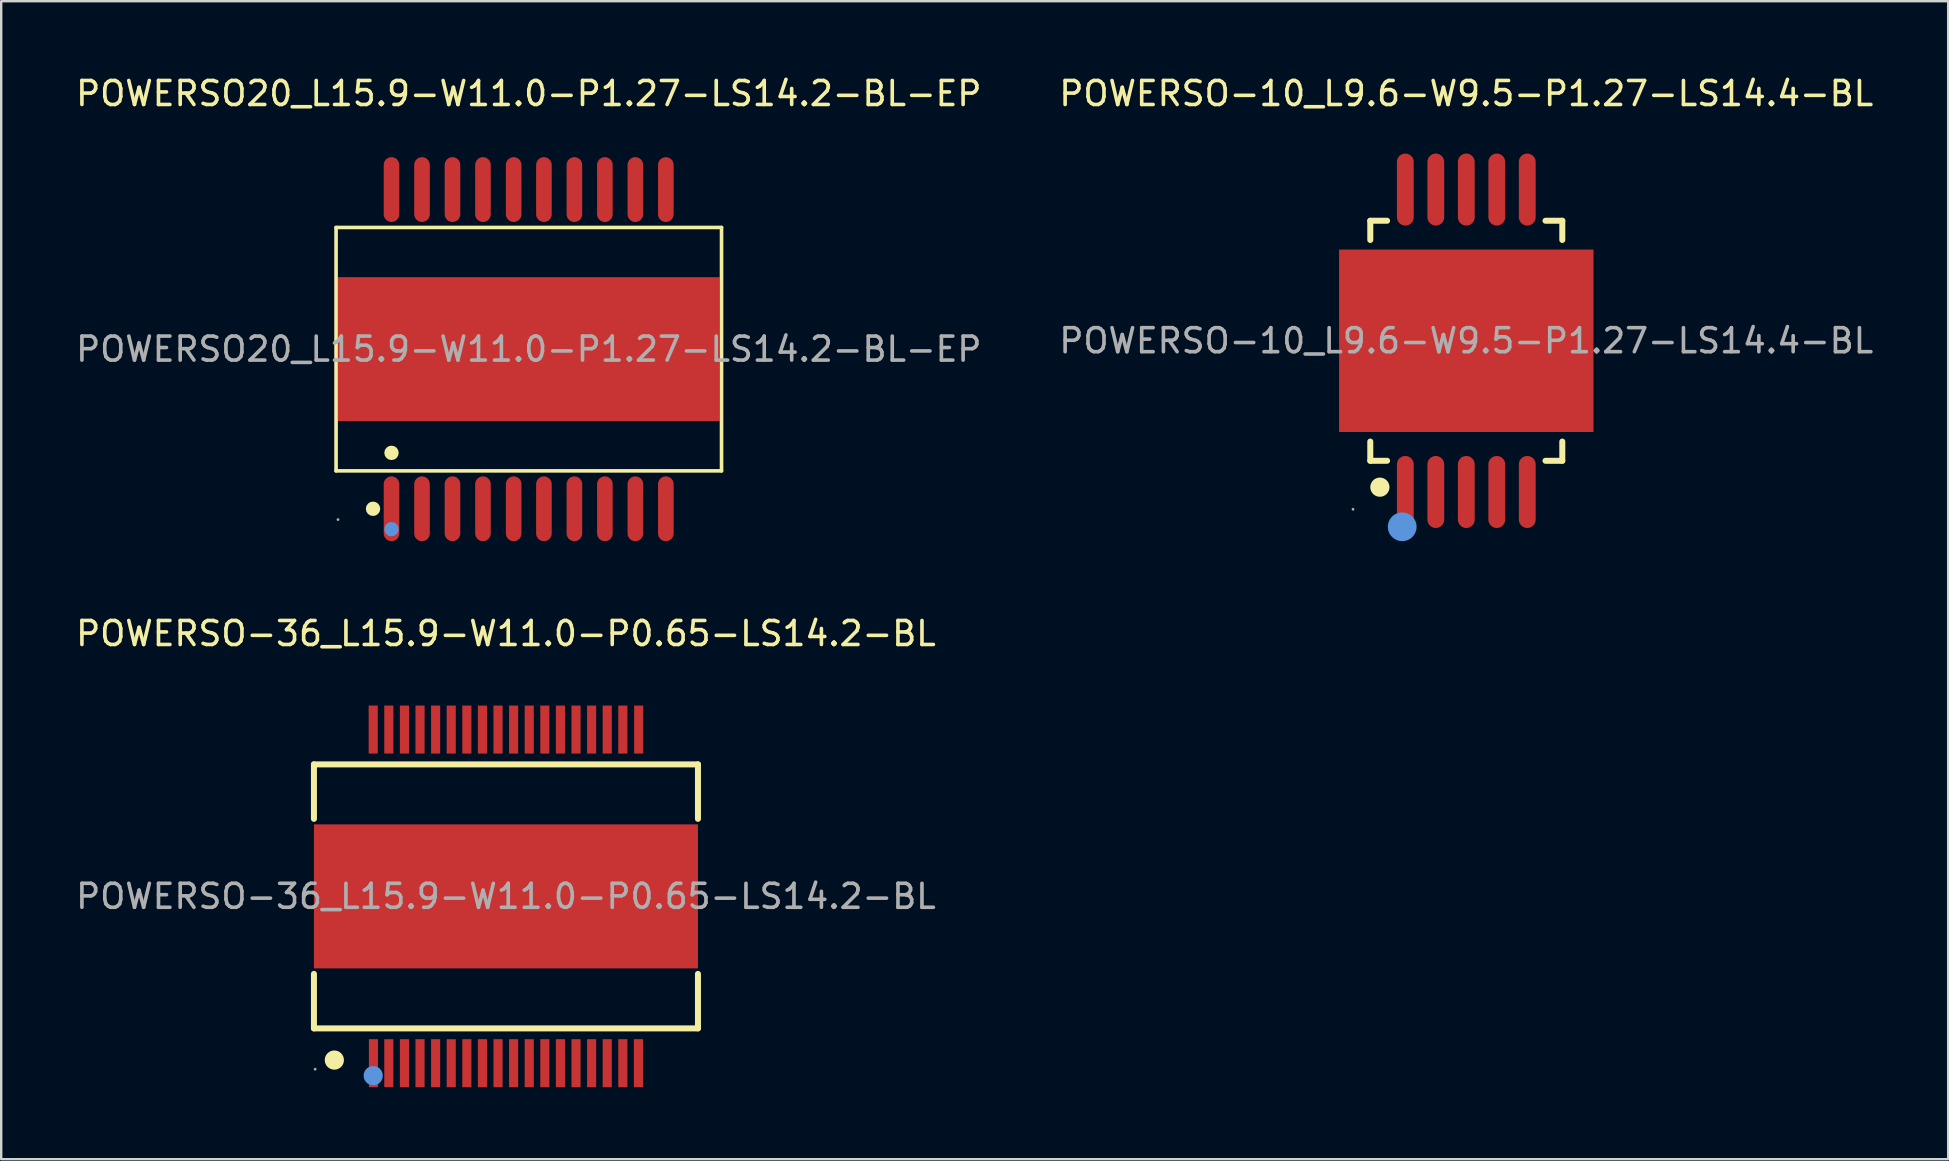
<source format=kicad_pcb>
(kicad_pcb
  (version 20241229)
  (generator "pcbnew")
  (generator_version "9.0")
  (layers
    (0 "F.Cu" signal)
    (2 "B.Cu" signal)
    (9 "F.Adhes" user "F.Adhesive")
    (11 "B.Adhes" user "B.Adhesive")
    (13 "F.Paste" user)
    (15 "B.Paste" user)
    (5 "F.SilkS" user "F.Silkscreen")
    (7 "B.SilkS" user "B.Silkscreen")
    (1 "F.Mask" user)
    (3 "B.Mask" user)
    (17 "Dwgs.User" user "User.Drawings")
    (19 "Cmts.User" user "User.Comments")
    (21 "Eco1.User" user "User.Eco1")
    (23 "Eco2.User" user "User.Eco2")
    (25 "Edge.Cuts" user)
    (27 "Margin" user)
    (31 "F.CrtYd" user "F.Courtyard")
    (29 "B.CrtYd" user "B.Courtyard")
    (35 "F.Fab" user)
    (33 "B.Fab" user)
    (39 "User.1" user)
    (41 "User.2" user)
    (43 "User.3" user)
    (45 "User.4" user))
  (footprint "POWERSO-36_L15.9-W11.0-P0.65-LS14.2-BL"
    (layer "F.Cu")
    (at 18.03 34.297)
    (property "Reference" "POWERSO-36_L15.9-W11.0-P0.65-LS14.2-BL" (at 0 -10.95 0) (layer "F.SilkS") (effects (font (size 1 1) (thickness 0.15))))
    (attr through_hole)
    (fp_line (start -8 -5.5) (end 8 -5.5) (stroke (width 0.25) (type solid)) (layer "F.SilkS"))
    (fp_line (start -8 -3.23) (end -8 -5.5) (stroke (width 0.25) (type solid)) (layer "F.SilkS"))
    (fp_line (start -8 5.5) (end -8 3.23) (stroke (width 0.25) (type solid)) (layer "F.SilkS"))
    (fp_line (start -8 5.5) (end 8 5.5) (stroke (width 0.25) (type solid)) (layer "F.SilkS"))
    (fp_line (start 8 -5.5) (end 8 -3.23) (stroke (width 0.25) (type solid)) (layer "F.SilkS"))
    (fp_line (start 8 3.23) (end 8 5.5) (stroke (width 0.25) (type solid)) (layer "F.SilkS"))
    (fp_circle (center -7.15 6.82) (end -6.95 6.82) (stroke (width 0.4) (type solid)) (fill no) (layer "F.SilkS"))
    (fp_circle (center -5.53 7.47) (end -5.33 7.47) (stroke (width 0.4) (type solid)) (fill no) (layer "Cmts.User"))
    (fp_circle (center -7.95 7.2) (end -7.92 7.2) (stroke (width 0.06) (type solid)) (fill no) (layer "F.Fab"))
    (fp_text user "${REFERENCE}" (at 0 0 0) (layer "F.Fab") (effects (font (size 1 1) (thickness 0.15))))
    (pad "1" smd rect (at -5.52 6.95) (size 0.38 2) (layers "F.Cu" "F.Mask" "F.Paste"))
    (pad "2" smd rect (at -4.88 6.95) (size 0.38 2) (layers "F.Cu" "F.Mask" "F.Paste"))
    (pad "3" smd rect (at -4.23 6.95) (size 0.38 2) (layers "F.Cu" "F.Mask" "F.Paste"))
    (pad "4" smd rect (at -3.58 6.95) (size 0.38 2) (layers "F.Cu" "F.Mask" "F.Paste"))
    (pad "5" smd rect (at -2.93 6.95) (size 0.38 2) (layers "F.Cu" "F.Mask" "F.Paste"))
    (pad "6" smd rect (at -2.28 6.95) (size 0.38 2) (layers "F.Cu" "F.Mask" "F.Paste"))
    (pad "7" smd rect (at -1.63 6.95) (size 0.38 2) (layers "F.Cu" "F.Mask" "F.Paste"))
    (pad "8" smd rect (at -0.98 6.95) (size 0.38 2) (layers "F.Cu" "F.Mask" "F.Paste"))
    (pad "9" smd rect (at -0.33 6.95) (size 0.38 2) (layers "F.Cu" "F.Mask" "F.Paste"))
    (pad "10" smd rect (at 0.32 6.95) (size 0.38 2) (layers "F.Cu" "F.Mask" "F.Paste"))
    (pad "11" smd rect (at 0.97 6.95) (size 0.38 2) (layers "F.Cu" "F.Mask" "F.Paste"))
    (pad "12" smd rect (at 1.62 6.95) (size 0.38 2) (layers "F.Cu" "F.Mask" "F.Paste"))
    (pad "13" smd rect (at 2.27 6.95) (size 0.38 2) (layers "F.Cu" "F.Mask" "F.Paste"))
    (pad "14" smd rect (at 2.92 6.95) (size 0.38 2) (layers "F.Cu" "F.Mask" "F.Paste"))
    (pad "15" smd rect (at 3.57 6.95) (size 0.38 2) (layers "F.Cu" "F.Mask" "F.Paste"))
    (pad "16" smd rect (at 4.22 6.95) (size 0.38 2) (layers "F.Cu" "F.Mask" "F.Paste"))
    (pad "17" smd rect (at 4.87 6.95) (size 0.38 2) (layers "F.Cu" "F.Mask" "F.Paste"))
    (pad "18" smd rect (at 5.52 6.95) (size 0.38 2) (layers "F.Cu" "F.Mask" "F.Paste"))
    (pad "19" smd rect (at 5.53 -6.95) (size 0.38 2) (layers "F.Cu" "F.Mask" "F.Paste"))
    (pad "20" smd rect (at 4.87 -6.95) (size 0.38 2) (layers "F.Cu" "F.Mask" "F.Paste"))
    (pad "21" smd rect (at 4.22 -6.95) (size 0.38 2) (layers "F.Cu" "F.Mask" "F.Paste"))
    (pad "22" smd rect (at 3.57 -6.95) (size 0.38 2) (layers "F.Cu" "F.Mask" "F.Paste"))
    (pad "23" smd rect (at 2.92 -6.95) (size 0.38 2) (layers "F.Cu" "F.Mask" "F.Paste"))
    (pad "24" smd rect (at 2.27 -6.95) (size 0.38 2) (layers "F.Cu" "F.Mask" "F.Paste"))
    (pad "25" smd rect (at 1.62 -6.95) (size 0.38 2) (layers "F.Cu" "F.Mask" "F.Paste"))
    (pad "26" smd rect (at 0.97 -6.95) (size 0.38 2) (layers "F.Cu" "F.Mask" "F.Paste"))
    (pad "27" smd rect (at 0.32 -6.95) (size 0.38 2) (layers "F.Cu" "F.Mask" "F.Paste"))
    (pad "28" smd rect (at -0.33 -6.95) (size 0.38 2) (layers "F.Cu" "F.Mask" "F.Paste"))
    (pad "29" smd rect (at -0.98 -6.95) (size 0.38 2) (layers "F.Cu" "F.Mask" "F.Paste"))
    (pad "30" smd rect (at -1.63 -6.95) (size 0.38 2) (layers "F.Cu" "F.Mask" "F.Paste"))
    (pad "31" smd rect (at -2.28 -6.95) (size 0.38 2) (layers "F.Cu" "F.Mask" "F.Paste"))
    (pad "32" smd rect (at -2.93 -6.95) (size 0.38 2) (layers "F.Cu" "F.Mask" "F.Paste"))
    (pad "33" smd rect (at -3.58 -6.95) (size 0.38 2) (layers "F.Cu" "F.Mask" "F.Paste"))
    (pad "34" smd rect (at -4.23 -6.95) (size 0.38 2) (layers "F.Cu" "F.Mask" "F.Paste"))
    (pad "35" smd rect (at -4.88 -6.95) (size 0.38 2) (layers "F.Cu" "F.Mask" "F.Paste"))
    (pad "36" smd rect (at -5.53 -6.95) (size 0.38 2) (layers "F.Cu" "F.Mask" "F.Paste"))
    (pad "37" smd rect (at 0 0) (size 16 6) (layers "F.Cu" "F.Mask" "F.Paste")))
  (footprint "POWERSO20_L15.9-W11.0-P1.27-LS14.2-BL-EP"
    (layer "F.Cu")
    (at 18.982 11.498)
    (property "Reference" "POWERSO20_L15.9-W11.0-P1.27-LS14.2-BL-EP" (at 0 -10.65 0) (layer "F.SilkS") (effects (font (size 1 1) (thickness 0.15))))
    (attr through_hole)
    (fp_line (start -8.03 -5.07) (end 8.03 -5.07) (stroke (width 0.15) (type solid)) (layer "F.SilkS"))
    (fp_line (start -8.03 5.07) (end -8.03 -5.07) (stroke (width 0.15) (type solid)) (layer "F.SilkS"))
    (fp_line (start 8.03 -5.07) (end 8.03 5.07) (stroke (width 0.15) (type solid)) (layer "F.SilkS"))
    (fp_line (start 8.03 5.07) (end -8.03 5.07) (stroke (width 0.15) (type solid)) (layer "F.SilkS"))
    (fp_circle (center -6.49 6.65) (end -6.34 6.65) (stroke (width 0.3) (type solid)) (fill no) (layer "F.SilkS"))
    (fp_circle (center -5.72 4.32) (end -5.57 4.32) (stroke (width 0.3) (type solid)) (fill no) (layer "F.SilkS"))
    (fp_circle (center -5.72 7.5) (end -5.57 7.5) (stroke (width 0.3) (type solid)) (fill no) (layer "Cmts.User"))
    (fp_circle (center -7.95 7.1) (end -7.92 7.1) (stroke (width 0.06) (type solid)) (fill no) (layer "F.Fab"))
    (fp_text user "${REFERENCE}" (at 0 0 0) (layer "F.Fab") (effects (font (size 1 1) (thickness 0.15))))
    (pad "1" smd oval (at -5.72 6.65) (size 0.65 2.7) (layers "F.Cu" "F.Mask" "F.Paste"))
    (pad "2" smd oval (at -4.45 6.65) (size 0.65 2.7) (layers "F.Cu" "F.Mask" "F.Paste"))
    (pad "3" smd oval (at -3.18 6.65) (size 0.65 2.7) (layers "F.Cu" "F.Mask" "F.Paste"))
    (pad "4" smd oval (at -1.91 6.65) (size 0.65 2.7) (layers "F.Cu" "F.Mask" "F.Paste"))
    (pad "5" smd oval (at -0.63 6.65) (size 0.65 2.7) (layers "F.Cu" "F.Mask" "F.Paste"))
    (pad "6" smd oval (at 0.63 6.65) (size 0.65 2.7) (layers "F.Cu" "F.Mask" "F.Paste"))
    (pad "7" smd oval (at 1.9 6.65) (size 0.65 2.7) (layers "F.Cu" "F.Mask" "F.Paste"))
    (pad "8" smd oval (at 3.17 6.65) (size 0.65 2.7) (layers "F.Cu" "F.Mask" "F.Paste"))
    (pad "9" smd oval (at 4.44 6.65) (size 0.65 2.7) (layers "F.Cu" "F.Mask" "F.Paste"))
    (pad "10" smd oval (at 5.71 6.65) (size 0.65 2.7) (layers "F.Cu" "F.Mask" "F.Paste"))
    (pad "11" smd oval (at 5.71 -6.65) (size 0.65 2.7) (layers "F.Cu" "F.Mask" "F.Paste"))
    (pad "12" smd oval (at 4.44 -6.65) (size 0.65 2.7) (layers "F.Cu" "F.Mask" "F.Paste"))
    (pad "13" smd oval (at 3.17 -6.65) (size 0.65 2.7) (layers "F.Cu" "F.Mask" "F.Paste"))
    (pad "14" smd oval (at 1.9 -6.65) (size 0.65 2.7) (layers "F.Cu" "F.Mask" "F.Paste"))
    (pad "15" smd oval (at 0.63 -6.65) (size 0.65 2.7) (layers "F.Cu" "F.Mask" "F.Paste"))
    (pad "16" smd oval (at -0.63 -6.65) (size 0.65 2.7) (layers "F.Cu" "F.Mask" "F.Paste"))
    (pad "17" smd oval (at -1.91 -6.65) (size 0.65 2.7) (layers "F.Cu" "F.Mask" "F.Paste"))
    (pad "18" smd oval (at -3.18 -6.65) (size 0.65 2.7) (layers "F.Cu" "F.Mask" "F.Paste"))
    (pad "19" smd oval (at -4.45 -6.65) (size 0.65 2.7) (layers "F.Cu" "F.Mask" "F.Paste"))
    (pad "20" smd oval (at -5.72 -6.65) (size 0.65 2.7) (layers "F.Cu" "F.Mask" "F.Paste"))
    (pad "21" smd rect (at 0 0) (size 15.9 6) (layers "F.Cu" "F.Mask" "F.Paste")))
  (footprint "POWERSO-10_L9.6-W9.5-P1.27-LS14.4-BL"
    (layer "F.Cu")
    (at 58.042 11.148)
    (property "Reference" "POWERSO-10_L9.6-W9.5-P1.27-LS14.4-BL" (at 0 -10.3 0) (layer "F.SilkS") (effects (font (size 1 1) (thickness 0.15))))
    (attr through_hole)
    (fp_line (start -4 -5) (end -4 -4.2) (stroke (width 0.25) (type solid)) (layer "F.SilkS"))
    (fp_line (start -4 5) (end -4 4.2) (stroke (width 0.25) (type solid)) (layer "F.SilkS"))
    (fp_line (start -3.3 -5) (end -4 -5) (stroke (width 0.25) (type solid)) (layer "F.SilkS"))
    (fp_line (start -3.3 5) (end -4 5) (stroke (width 0.25) (type solid)) (layer "F.SilkS"))
    (fp_line (start 4 -5) (end 3.3 -5) (stroke (width 0.25) (type solid)) (layer "F.SilkS"))
    (fp_line (start 4 -4.2) (end 4 -5) (stroke (width 0.25) (type solid)) (layer "F.SilkS"))
    (fp_line (start 4 4.2) (end 4 5) (stroke (width 0.25) (type solid)) (layer "F.SilkS"))
    (fp_line (start 4 5) (end 3.3 5) (stroke (width 0.25) (type solid)) (layer "F.SilkS"))
    (fp_arc (start -3.6 6.1) (mid -3.6 6.1) (end -3.6 6.1) (stroke (width 0.4) (type solid)) (layer "F.SilkS"))
    (fp_circle (center -2.67 7.75) (end -2.37 7.75) (stroke (width 0.6) (type solid)) (fill no) (layer "Cmts.User"))
    (fp_circle (center -4.72 7.02) (end -4.69 7.02) (stroke (width 0.06) (type solid)) (fill no) (layer "F.Fab"))
    (fp_text user "${REFERENCE}" (at 0 0 0) (layer "F.Fab") (effects (font (size 1 1) (thickness 0.15))))
    (pad "1" smd oval (at -2.54 6.3 90) (size 3 0.7) (layers "F.Cu" "F.Mask" "F.Paste"))
    (pad "2" smd oval (at -1.27 6.3 90) (size 3 0.7) (layers "F.Cu" "F.Mask" "F.Paste"))
    (pad "3" smd oval (at 0 6.3 90) (size 3 0.7) (layers "F.Cu" "F.Mask" "F.Paste"))
    (pad "4" smd oval (at 1.27 6.3 90) (size 3 0.7) (layers "F.Cu" "F.Mask" "F.Paste"))
    (pad "5" smd oval (at 2.54 6.3 90) (size 3 0.7) (layers "F.Cu" "F.Mask" "F.Paste"))
    (pad "6" smd oval (at 2.54 -6.3 90) (size 3 0.7) (layers "F.Cu" "F.Mask" "F.Paste"))
    (pad "7" smd oval (at 1.27 -6.3 90) (size 3 0.7) (layers "F.Cu" "F.Mask" "F.Paste"))
    (pad "8" smd oval (at 0 -6.3 90) (size 3 0.7) (layers "F.Cu" "F.Mask" "F.Paste"))
    (pad "9" smd oval (at -1.27 -6.3 90) (size 3 0.7) (layers "F.Cu" "F.Mask" "F.Paste"))
    (pad "10" smd oval (at -2.54 -6.3 90) (size 3 0.7) (layers "F.Cu" "F.Mask" "F.Paste"))
    (pad "11" smd rect (at 0 0 90) (size 7.6 10.6) (layers "F.Cu" "F.Mask" "F.Paste")))
  (gr_rect
    (start -3 -3)
    (end 78.119 45.246)
    (stroke (width 0.1) (type default))
    (fill no)
    (layer "Edge.Cuts")))
</source>
